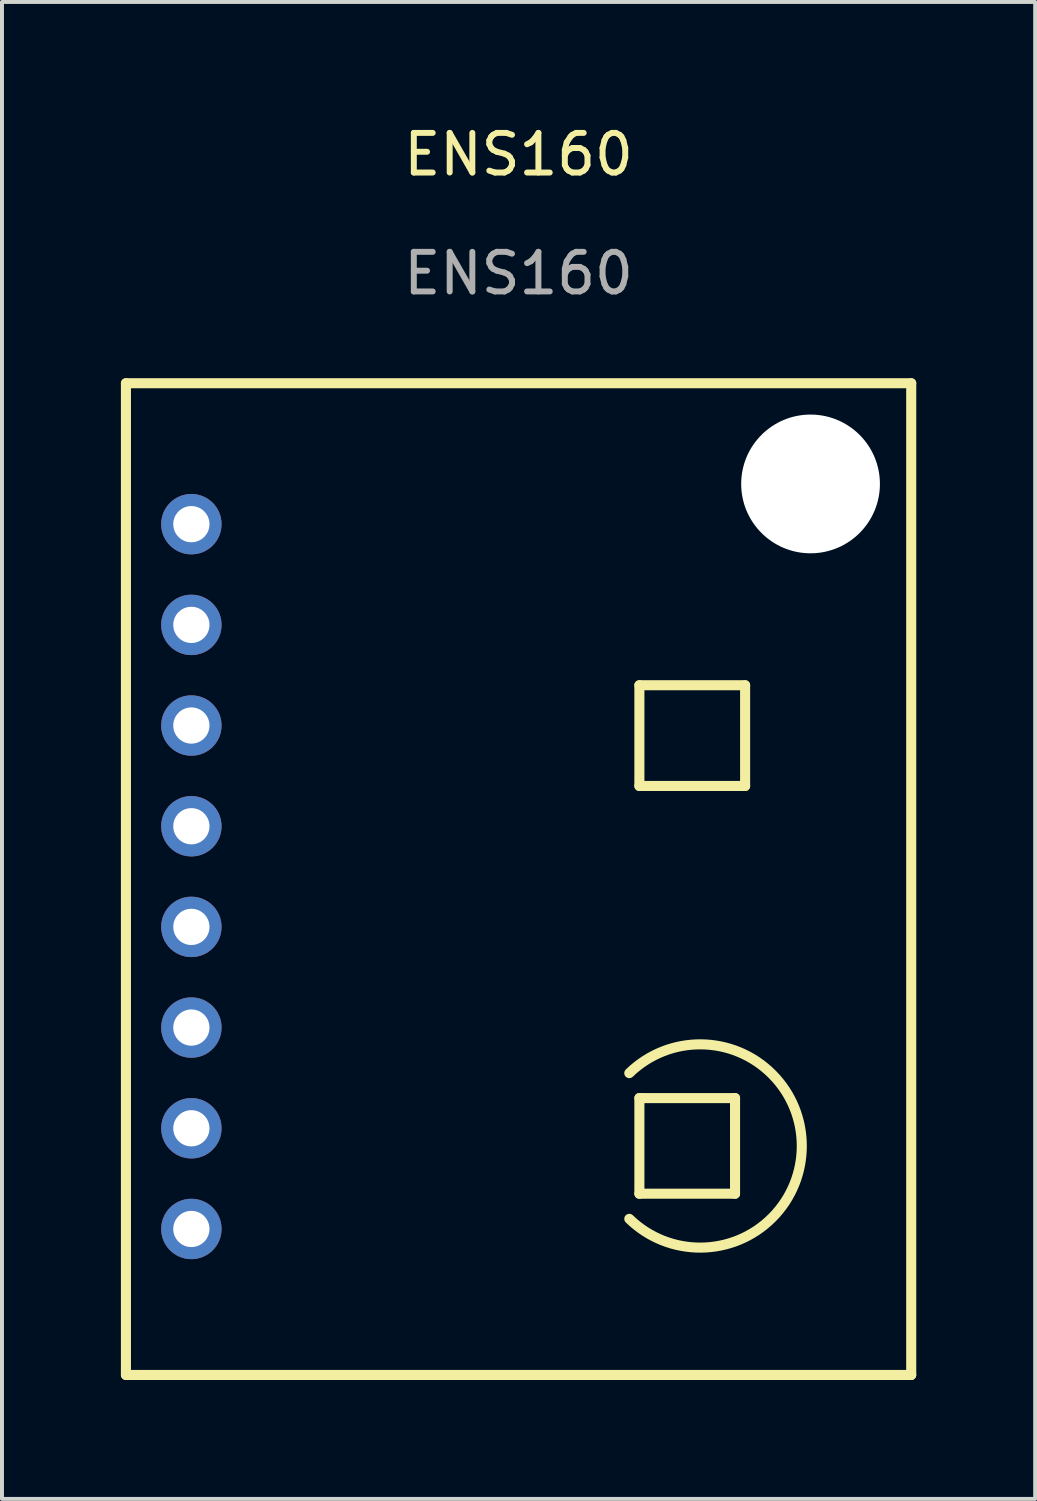
<source format=kicad_pcb>
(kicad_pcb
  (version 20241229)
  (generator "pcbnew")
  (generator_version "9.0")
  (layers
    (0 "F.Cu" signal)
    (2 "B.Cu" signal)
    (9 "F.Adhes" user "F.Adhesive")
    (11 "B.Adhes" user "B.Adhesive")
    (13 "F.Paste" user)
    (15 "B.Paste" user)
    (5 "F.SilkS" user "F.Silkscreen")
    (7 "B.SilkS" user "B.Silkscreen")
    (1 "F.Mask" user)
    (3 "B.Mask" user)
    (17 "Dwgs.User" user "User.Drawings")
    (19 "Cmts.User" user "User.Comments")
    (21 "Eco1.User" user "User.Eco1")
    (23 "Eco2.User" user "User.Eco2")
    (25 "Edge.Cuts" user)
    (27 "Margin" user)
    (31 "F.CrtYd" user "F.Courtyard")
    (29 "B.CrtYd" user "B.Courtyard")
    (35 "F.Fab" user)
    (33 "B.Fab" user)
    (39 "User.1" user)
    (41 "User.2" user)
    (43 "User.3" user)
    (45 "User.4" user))
  (footprint "ENS160"
    (layer "F.Cu")
    (at 10.033 1.348)
    (property "Reference" "ENS160" (at 0 -0.5 0) (unlocked yes) (layer "F.SilkS") (effects (font (size 1 1) (thickness 0.15))))
    (attr through_hole)
    (fp_line (start -9.906 5.271) (end 9.906 5.271) (stroke (width 0.254) (type solid)) (layer "F.SilkS"))
    (fp_line (start -9.906 30.29) (end -9.906 5.271) (stroke (width 0.254) (type solid)) (layer "F.SilkS"))
    (fp_line (start 3.048 12.89) (end 5.715 12.89) (stroke (width 0.254) (type solid)) (layer "F.SilkS"))
    (fp_line (start 3.048 15.431) (end 3.048 12.89) (stroke (width 0.254) (type solid)) (layer "F.SilkS"))
    (fp_line (start 3.048 23.305) (end 5.461 23.305) (stroke (width 0.254) (type solid)) (layer "F.SilkS"))
    (fp_line (start 3.048 25.718) (end 3.048 23.305) (stroke (width 0.254) (type solid)) (layer "F.SilkS"))
    (fp_line (start 5.461 23.305) (end 5.461 25.718) (stroke (width 0.254) (type solid)) (layer "F.SilkS"))
    (fp_line (start 5.461 25.718) (end 3.048 25.718) (stroke (width 0.254) (type solid)) (layer "F.SilkS"))
    (fp_line (start 5.715 12.89) (end 5.715 15.431) (stroke (width 0.254) (type solid)) (layer "F.SilkS"))
    (fp_line (start 5.715 15.431) (end 3.048 15.431) (stroke (width 0.254) (type solid)) (layer "F.SilkS"))
    (fp_line (start 9.906 5.271) (end 9.906 30.29) (stroke (width 0.254) (type solid)) (layer "F.SilkS"))
    (fp_line (start 9.906 30.29) (end -9.906 30.29) (stroke (width 0.254) (type solid)) (layer "F.SilkS"))
    (fp_arc (start 2.793 22.6755) (mid 7.145213 24.513277) (end 2.79332 26.351811) (stroke (width 0.254) (type solid)) (layer "F.SilkS"))
    (fp_text user "${REFERENCE}" (at 0 2.5 0) (unlocked yes) (layer "F.Fab") (effects (font (size 1 1) (thickness 0.15))))
    (pad "" np_thru_hole circle (at 7.366 7.811) (size 3.5 3.5) (drill 3.5) (layers "*.Cu" "*.Mask"))
    (pad "1" thru_hole circle (at -8.255 8.826) (size 1.524 1.524) (drill 0.914) (layers "*.Cu" "*.Mask"))
    (pad "2" thru_hole circle (at -8.255 11.367) (size 1.524 1.524) (drill 0.914) (layers "*.Cu" "*.Mask"))
    (pad "3" thru_hole circle (at -8.255 13.906) (size 1.524 1.524) (drill 0.914) (layers "*.Cu" "*.Mask"))
    (pad "4" thru_hole circle (at -8.255 16.447) (size 1.524 1.524) (drill 0.914) (layers "*.Cu" "*.Mask"))
    (pad "5" thru_hole circle (at -8.255 18.986) (size 1.524 1.524) (drill 0.914) (layers "*.Cu" "*.Mask"))
    (pad "6" thru_hole circle (at -8.255 21.526) (size 1.524 1.524) (drill 0.914) (layers "*.Cu" "*.Mask"))
    (pad "7" thru_hole circle (at -8.255 24.067) (size 1.524 1.524) (drill 0.914) (layers "*.Cu" "*.Mask"))
    (pad "8" thru_hole circle (at -8.255 26.607) (size 1.524 1.524) (drill 0.914) (layers "*.Cu" "*.Mask")))
  (gr_rect
    (start -3 -3)
    (end 23.066 34.765)
    (stroke (width 0.1) (type default))
    (fill no)
    (layer "Edge.Cuts")))
</source>
